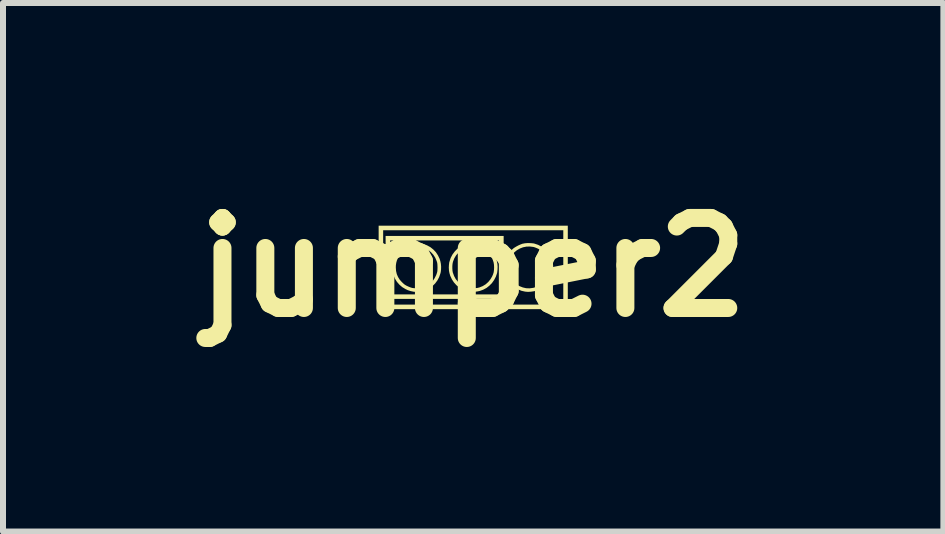
<source format=kicad_pcb>
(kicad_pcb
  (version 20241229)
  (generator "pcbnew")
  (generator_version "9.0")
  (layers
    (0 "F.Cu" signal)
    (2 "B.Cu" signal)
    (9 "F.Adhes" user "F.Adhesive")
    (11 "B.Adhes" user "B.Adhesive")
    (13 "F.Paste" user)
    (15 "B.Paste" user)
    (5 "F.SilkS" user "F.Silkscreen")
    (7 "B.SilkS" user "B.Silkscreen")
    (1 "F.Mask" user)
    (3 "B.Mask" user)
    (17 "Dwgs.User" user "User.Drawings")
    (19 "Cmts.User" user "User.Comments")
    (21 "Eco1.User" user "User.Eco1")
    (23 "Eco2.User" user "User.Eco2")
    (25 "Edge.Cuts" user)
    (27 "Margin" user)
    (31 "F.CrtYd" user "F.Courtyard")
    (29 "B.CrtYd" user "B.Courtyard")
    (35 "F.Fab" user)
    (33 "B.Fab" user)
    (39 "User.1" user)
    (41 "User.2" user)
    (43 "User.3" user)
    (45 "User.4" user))
  (footprint "jumper2"
    (layer "F.Cu")
    (at 4.836 1.404)
    (property "Reference" "jumper2" (at 0 0 0) (layer "F.SilkS") (effects (font (size 1.5 1.5) (thickness 0.3))))
    (attr board_only exclude_from_pos_files exclude_from_bom)
    (fp_poly (pts (xy 0.507 0.003) (xy 0.507 0.527) (xy -0.477 0.527) (xy -1.46 0.527) (xy -1.46 0.003) (xy -1.46 -0.447) (xy -1.385 -0.447) (xy -1.385 0.003) (xy -1.385 0.452) (xy -0.479 0.452) (xy 0.427 0.452) (xy 0.427 0.003) (xy 0.427 -0.447) (xy -0.479 -0.447) (xy -1.385 -0.447) (xy -1.46 -0.447) (xy -1.46 -0.522) (xy -0.477 -0.522) (xy 0.507 -0.522)) (stroke (width 0) (type solid)) (fill yes) (layer "F.SilkS"))
    (fp_poly (pts (xy 1.576 0.003) (xy 1.576 0.698) (xy 0 0.698) (xy -1.576 0.698) (xy -1.576 0.003) (xy -1.576 -0.617) (xy -1.501 -0.617) (xy -1.501 0.003) (xy -1.501 0.622) (xy 0 0.622) (xy 1.501 0.622) (xy 1.501 0.003) (xy 1.501 -0.617) (xy 0 -0.617) (xy -1.501 -0.617) (xy -1.576 -0.617) (xy -1.576 -0.693) (xy 0 -0.693) (xy 1.576 -0.693)) (stroke (width 0) (type solid)) (fill yes) (layer "F.SilkS"))
    (fp_poly (pts (xy 0.051 -0.401) (xy 0.083 -0.397) (xy 0.092 -0.395) (xy 0.154 -0.375) (xy 0.21 -0.346) (xy 0.261 -0.31) (xy 0.305 -0.267) (xy 0.343 -0.217) (xy 0.373 -0.162) (xy 0.394 -0.101) (xy 0.396 -0.093) (xy 0.404 -0.052) (xy 0.407 -0.007) (xy 0.405 0.04) (xy 0.4 0.084) (xy 0.397 0.098) (xy 0.377 0.157) (xy 0.348 0.212) (xy 0.313 0.262) (xy 0.27 0.306) (xy 0.222 0.344) (xy 0.168 0.373) (xy 0.111 0.394) (xy 0.103 0.396) (xy 0.068 0.403) (xy 0.03 0.408) (xy -0.009 0.409) (xy -0.044 0.408) (xy -0.058 0.406) (xy -0.121 0.392) (xy -0.18 0.368) (xy -0.233 0.337) (xy -0.281 0.298) (xy -0.322 0.252) (xy -0.356 0.2) (xy -0.383 0.142) (xy -0.396 0.098) (xy -0.404 0.057) (xy -0.406 0.017) (xy -0.348 0.017) (xy -0.346 0.053) (xy -0.341 0.084) (xy -0.339 0.09) (xy -0.319 0.146) (xy -0.291 0.197) (xy -0.255 0.241) (xy -0.212 0.28) (xy -0.163 0.311) (xy -0.109 0.334) (xy -0.073 0.344) (xy -0.044 0.348) (xy -0.009 0.35) (xy 0.029 0.348) (xy 0.065 0.345) (xy 0.096 0.338) (xy 0.103 0.336) (xy 0.158 0.314) (xy 0.207 0.284) (xy 0.251 0.245) (xy 0.288 0.199) (xy 0.314 0.155) (xy 0.33 0.119) (xy 0.341 0.083) (xy 0.346 0.045) (xy 0.348 0.003) (xy 0.346 -0.042) (xy 0.34 -0.08) (xy 0.329 -0.115) (xy 0.314 -0.15) (xy 0.282 -0.202) (xy 0.244 -0.247) (xy 0.2 -0.284) (xy 0.149 -0.313) (xy 0.1 -0.332) (xy 0.081 -0.337) (xy 0.063 -0.341) (xy 0.042 -0.343) (xy 0.016 -0.344) (xy 0 -0.344) (xy -0.03 -0.343) (xy -0.053 -0.342) (xy -0.072 -0.339) (xy -0.091 -0.335) (xy -0.1 -0.332) (xy -0.156 -0.31) (xy -0.205 -0.28) (xy -0.249 -0.242) (xy -0.286 -0.198) (xy -0.316 -0.148) (xy -0.337 -0.093) (xy -0.339 -0.085) (xy -0.345 -0.056) (xy -0.348 -0.02) (xy -0.348 0.017) (xy -0.406 0.017) (xy -0.407 0.011) (xy -0.405 -0.036) (xy -0.4 -0.079) (xy -0.396 -0.093) (xy -0.376 -0.155) (xy -0.347 -0.211) (xy -0.31 -0.261) (xy -0.267 -0.306) (xy -0.217 -0.342) (xy -0.161 -0.372) (xy -0.1 -0.393) (xy -0.092 -0.395) (xy -0.062 -0.4) (xy -0.026 -0.403) (xy 0.013 -0.403)) (stroke (width 0) (type solid)) (fill yes) (layer "F.SilkS"))
    (fp_poly (pts (xy 0.976 -0.401) (xy 1.01 -0.397) (xy 1.021 -0.394) (xy 1.081 -0.374) (xy 1.137 -0.345) (xy 1.188 -0.308) (xy 1.232 -0.265) (xy 1.269 -0.215) (xy 1.289 -0.18) (xy 1.307 -0.14) (xy 1.32 -0.105) (xy 1.327 -0.07) (xy 1.331 -0.032) (xy 1.332 0.003) (xy 1.331 0.046) (xy 1.326 0.083) (xy 1.317 0.117) (xy 1.304 0.153) (xy 1.289 0.185) (xy 1.257 0.238) (xy 1.217 0.286) (xy 1.17 0.328) (xy 1.116 0.363) (xy 1.106 0.368) (xy 1.063 0.386) (xy 1.014 0.399) (xy 0.963 0.407) (xy 0.913 0.41) (xy 0.867 0.406) (xy 0.866 0.406) (xy 0.804 0.392) (xy 0.746 0.368) (xy 0.693 0.337) (xy 0.646 0.298) (xy 0.604 0.252) (xy 0.569 0.2) (xy 0.543 0.142) (xy 0.531 0.107) (xy 0.524 0.076) (xy 0.521 0.038) (xy 0.519 0.003) (xy 0.58 0.003) (xy 0.58 0.031) (xy 0.581 0.053) (xy 0.582 0.069) (xy 0.585 0.084) (xy 0.589 0.099) (xy 0.595 0.116) (xy 0.62 0.17) (xy 0.652 0.219) (xy 0.692 0.261) (xy 0.738 0.296) (xy 0.77 0.314) (xy 0.826 0.336) (xy 0.882 0.349) (xy 0.94 0.351) (xy 0.999 0.343) (xy 1.008 0.341) (xy 1.063 0.323) (xy 1.114 0.296) (xy 1.159 0.262) (xy 1.198 0.221) (xy 1.23 0.173) (xy 1.236 0.16) (xy 1.248 0.136) (xy 1.258 0.11) (xy 1.265 0.087) (xy 1.267 0.078) (xy 1.275 0.02) (xy 1.272 -0.037) (xy 1.261 -0.092) (xy 1.242 -0.144) (xy 1.215 -0.193) (xy 1.18 -0.236) (xy 1.139 -0.274) (xy 1.091 -0.304) (xy 1.084 -0.308) (xy 1.059 -0.319) (xy 1.034 -0.329) (xy 1.01 -0.337) (xy 1.001 -0.339) (xy 0.943 -0.346) (xy 0.885 -0.344) (xy 0.83 -0.333) (xy 0.778 -0.313) (xy 0.729 -0.285) (xy 0.686 -0.25) (xy 0.648 -0.208) (xy 0.617 -0.16) (xy 0.595 -0.111) (xy 0.589 -0.093) (xy 0.585 -0.078) (xy 0.582 -0.063) (xy 0.58 -0.046) (xy 0.58 -0.024) (xy 0.58 0.003) (xy 0.519 0.003) (xy 0.519 -0.002) (xy 0.521 -0.042) (xy 0.525 -0.077) (xy 0.529 -0.095) (xy 0.55 -0.155) (xy 0.577 -0.209) (xy 0.612 -0.257) (xy 0.656 -0.303) (xy 0.666 -0.312) (xy 0.69 -0.329) (xy 0.72 -0.347) (xy 0.754 -0.365) (xy 0.788 -0.38) (xy 0.82 -0.392) (xy 0.831 -0.394) (xy 0.862 -0.4) (xy 0.899 -0.403) (xy 0.938 -0.403)) (stroke (width 0) (type solid)) (fill yes) (layer "F.SilkS"))
    (fp_poly (pts (xy -0.896 -0.402) (xy -0.849 -0.394) (xy -0.832 -0.39) (xy -0.77 -0.366) (xy -0.714 -0.335) (xy -0.665 -0.296) (xy -0.622 -0.251) (xy -0.588 -0.199) (xy -0.56 -0.141) (xy -0.547 -0.098) (xy -0.539 -0.058) (xy -0.535 -0.012) (xy -0.536 0.035) (xy -0.541 0.079) (xy -0.547 0.103) (xy -0.568 0.164) (xy -0.597 0.219) (xy -0.634 0.269) (xy -0.677 0.312) (xy -0.726 0.348) (xy -0.781 0.376) (xy -0.84 0.396) (xy -0.902 0.407) (xy -0.926 0.409) (xy -0.951 0.409) (xy -0.976 0.409) (xy -0.996 0.407) (xy -1 0.406) (xy -1.047 0.396) (xy -1.092 0.381) (xy -1.129 0.363) (xy -1.184 0.33) (xy -1.231 0.289) (xy -1.272 0.242) (xy -1.305 0.188) (xy -1.33 0.128) (xy -1.331 0.126) (xy -1.337 0.106) (xy -1.342 0.09) (xy -1.344 0.075) (xy -1.346 0.059) (xy -1.347 0.037) (xy -1.347 0.009) (xy -1.347 0.003) (xy -1.29 0.003) (xy -1.286 0.061) (xy -1.274 0.113) (xy -1.253 0.162) (xy -1.224 0.208) (xy -1.19 0.246) (xy -1.168 0.267) (xy -1.15 0.283) (xy -1.131 0.296) (xy -1.11 0.308) (xy -1.099 0.313) (xy -1.075 0.324) (xy -1.05 0.334) (xy -1.028 0.341) (xy -1.019 0.344) (xy -0.979 0.349) (xy -0.935 0.351) (xy -0.893 0.348) (xy -0.867 0.343) (xy -0.822 0.33) (xy -0.778 0.309) (xy -0.736 0.284) (xy -0.699 0.255) (xy -0.676 0.23) (xy -0.643 0.182) (xy -0.617 0.13) (xy -0.609 0.108) (xy -0.603 0.089) (xy -0.599 0.073) (xy -0.597 0.056) (xy -0.596 0.035) (xy -0.595 0.007) (xy -0.595 0.003) (xy -0.596 -0.026) (xy -0.597 -0.048) (xy -0.599 -0.066) (xy -0.602 -0.082) (xy -0.608 -0.1) (xy -0.609 -0.103) (xy -0.632 -0.158) (xy -0.663 -0.207) (xy -0.702 -0.25) (xy -0.746 -0.286) (xy -0.797 -0.315) (xy -0.853 -0.335) (xy -0.87 -0.339) (xy -0.926 -0.346) (xy -0.982 -0.344) (xy -1.036 -0.333) (xy -1.088 -0.314) (xy -1.136 -0.287) (xy -1.18 -0.252) (xy -1.218 -0.212) (xy -1.248 -0.165) (xy -1.254 -0.155) (xy -1.272 -0.114) (xy -1.283 -0.074) (xy -1.289 -0.032) (xy -1.29 0.003) (xy -1.347 0.003) (xy -1.347 -0.027) (xy -1.346 -0.05) (xy -1.345 -0.067) (xy -1.342 -0.082) (xy -1.338 -0.098) (xy -1.332 -0.116) (xy -1.331 -0.121) (xy -1.306 -0.18) (xy -1.273 -0.234) (xy -1.233 -0.282) (xy -1.186 -0.324) (xy -1.133 -0.357) (xy -1.074 -0.383) (xy -1.044 -0.392) (xy -0.998 -0.401) (xy -0.947 -0.404)) (stroke (width 0) (type solid)) (fill yes) (layer "F.SilkS")))
  (gr_rect
    (start -3 -3)
    (end 12.671 5.808)
    (stroke (width 0.1) (type default))
    (fill no)
    (layer "Edge.Cuts")))
</source>
